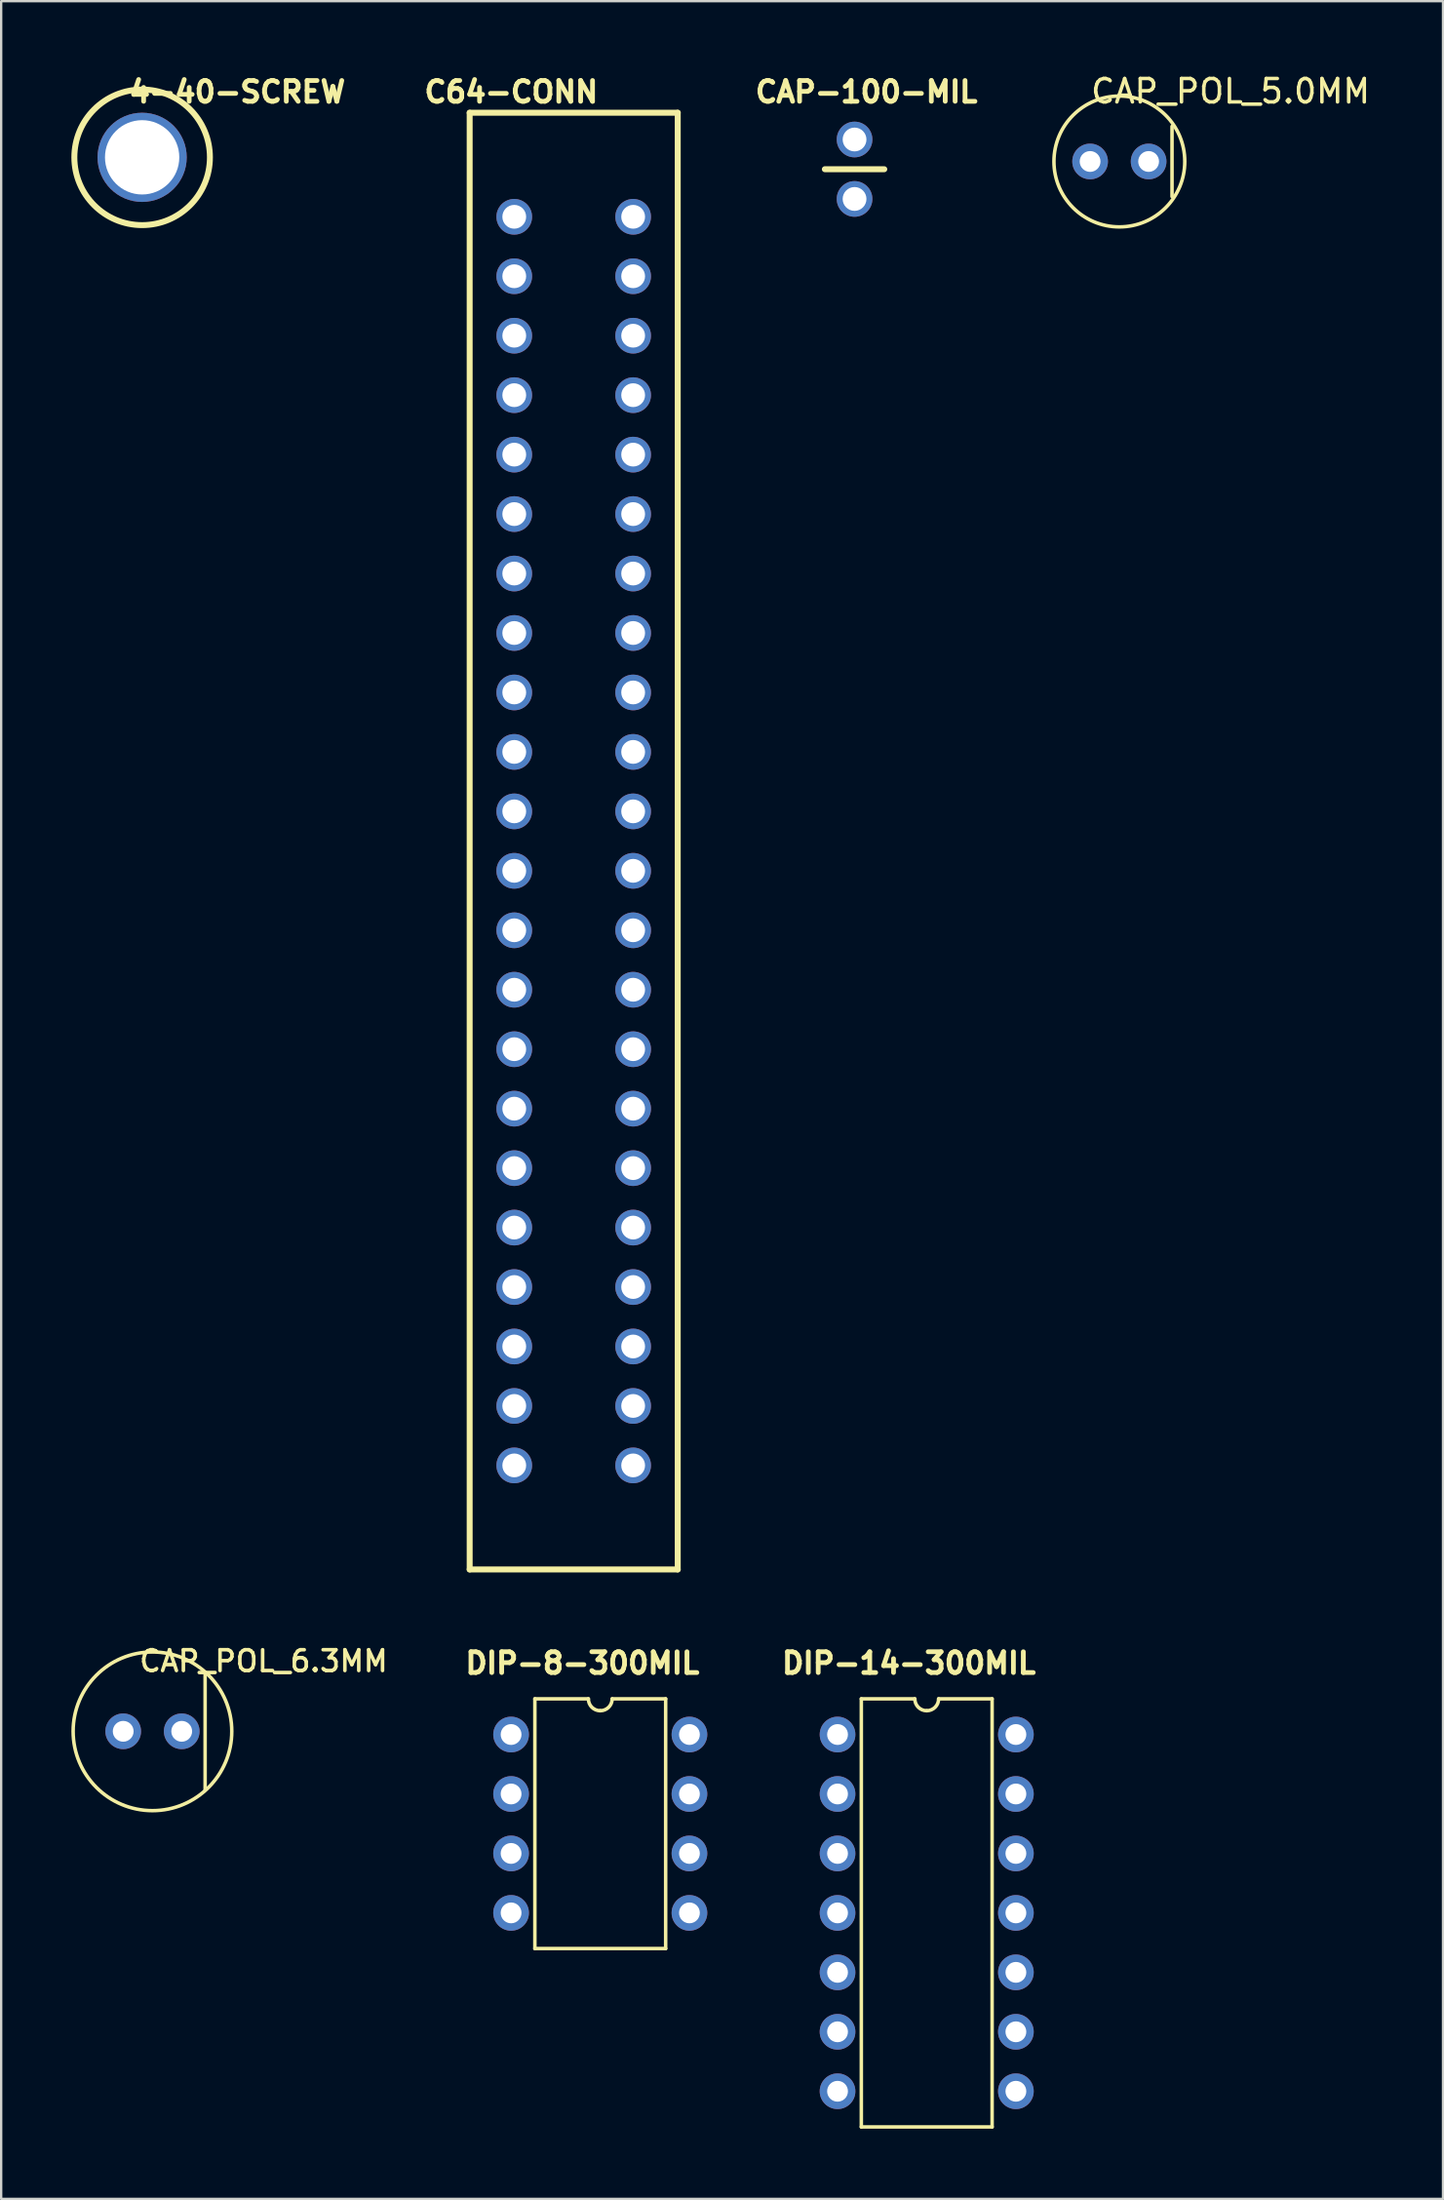
<source format=kicad_pcb>
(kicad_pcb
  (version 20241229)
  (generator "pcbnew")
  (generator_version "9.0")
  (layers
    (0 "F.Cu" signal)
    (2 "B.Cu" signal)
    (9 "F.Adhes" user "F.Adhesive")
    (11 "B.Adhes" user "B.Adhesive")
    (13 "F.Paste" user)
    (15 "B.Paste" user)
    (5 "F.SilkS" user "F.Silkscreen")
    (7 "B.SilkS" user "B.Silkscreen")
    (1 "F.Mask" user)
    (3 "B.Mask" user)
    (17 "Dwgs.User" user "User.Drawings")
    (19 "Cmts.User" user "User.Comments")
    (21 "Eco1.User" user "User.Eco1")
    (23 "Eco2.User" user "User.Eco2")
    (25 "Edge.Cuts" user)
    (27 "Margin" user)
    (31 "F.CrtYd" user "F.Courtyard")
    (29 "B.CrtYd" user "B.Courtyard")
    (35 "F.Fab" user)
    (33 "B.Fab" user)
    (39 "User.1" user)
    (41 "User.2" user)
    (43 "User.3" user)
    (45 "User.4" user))
  (footprint "DIP-14-300MIL"
    (layer "F.Cu")
    (at 32.735 71.047)
    (property "Reference" "DIP-14-300MIL" (at 3.048 -3.048 0) (layer "F.SilkS") (effects (font (size 0.889 0.889) (thickness 0.203))))
    (attr through_hole)
    (fp_line (start 1.016 -1.524) (end 1.016 16.764) (stroke (width 0.15) (type solid)) (layer "F.SilkS"))
    (fp_line (start 1.016 16.764) (end 6.604 16.764) (stroke (width 0.15) (type solid)) (layer "F.SilkS"))
    (fp_line (start 3.302 -1.524) (end 1.016 -1.524) (stroke (width 0.15) (type solid)) (layer "F.SilkS"))
    (fp_line (start 4.318 -1.524) (end 6.604 -1.524) (stroke (width 0.15) (type solid)) (layer "F.SilkS"))
    (fp_line (start 6.604 16.764) (end 6.604 -1.524) (stroke (width 0.15) (type solid)) (layer "F.SilkS"))
    (fp_arc (start 3.81 -1.016) (mid 3.45079 -1.16479) (end 3.302 -1.524) (stroke (width 0.15) (type solid)) (layer "F.SilkS"))
    (fp_arc (start 4.318 -1.524) (mid 4.16921 -1.16479) (end 3.81 -1.016) (stroke (width 0.15) (type solid)) (layer "F.SilkS"))
    (pad "1" thru_hole circle (at 0 0) (size 1.524 1.524) (drill 0.889) (layers "*.Cu" "*.Mask"))
    (pad "2" thru_hole circle (at 0 2.54) (size 1.524 1.524) (drill 0.889) (layers "*.Cu" "*.Mask"))
    (pad "3" thru_hole circle (at 0 5.08) (size 1.524 1.524) (drill 0.889) (layers "*.Cu" "*.Mask"))
    (pad "4" thru_hole circle (at 0 7.62) (size 1.524 1.524) (drill 0.889) (layers "*.Cu" "*.Mask"))
    (pad "5" thru_hole circle (at 0 10.16) (size 1.524 1.524) (drill 0.889) (layers "*.Cu" "*.Mask"))
    (pad "6" thru_hole circle (at 0 12.7) (size 1.524 1.524) (drill 0.889) (layers "*.Cu" "*.Mask"))
    (pad "7" thru_hole circle (at 0 15.24) (size 1.524 1.524) (drill 0.889) (layers "*.Cu" "*.Mask"))
    (pad "8" thru_hole circle (at 7.62 15.24) (size 1.524 1.524) (drill 0.889) (layers "*.Cu" "*.Mask"))
    (pad "9" thru_hole circle (at 7.62 12.7) (size 1.524 1.524) (drill 0.889) (layers "*.Cu" "*.Mask"))
    (pad "10" thru_hole circle (at 7.62 10.16) (size 1.524 1.524) (drill 0.889) (layers "*.Cu" "*.Mask"))
    (pad "11" thru_hole circle (at 7.62 7.62) (size 1.524 1.524) (drill 0.889) (layers "*.Cu" "*.Mask"))
    (pad "12" thru_hole circle (at 7.62 5.08) (size 1.524 1.524) (drill 0.889) (layers "*.Cu" "*.Mask"))
    (pad "13" thru_hole circle (at 7.62 2.54) (size 1.524 1.524) (drill 0.889) (layers "*.Cu" "*.Mask"))
    (pad "14" thru_hole circle (at 7.62 0) (size 1.524 1.524) (drill 0.889) (layers "*.Cu" "*.Mask")))
  (footprint "C64-CONN"
    (layer "F.Cu")
    (at 18.922 6.211)
    (property "Reference" "C64-CONN" (at -0.127 -5.334 0) (layer "F.SilkS") (effects (font (size 0.889 0.889) (thickness 0.203))))
    (attr through_hole)
    (fp_line (start -1.905 -4.445) (end -1.905 57.785) (stroke (width 0.254) (type solid)) (layer "F.SilkS"))
    (fp_line (start -1.905 -4.445) (end 6.985 -4.445) (stroke (width 0.254) (type solid)) (layer "F.SilkS"))
    (fp_line (start -1.905 57.785) (end 6.985 57.785) (stroke (width 0.254) (type solid)) (layer "F.SilkS"))
    (fp_line (start 6.985 57.785) (end 6.985 -4.445) (stroke (width 0.254) (type solid)) (layer "F.SilkS"))
    (pad "1" thru_hole circle (at 5.08 53.34 180) (size 1.524 1.524) (drill 1.016) (layers "*.Cu" "*.Mask"))
    (pad "2" thru_hole circle (at 5.08 50.8 180) (size 1.524 1.524) (drill 1.016) (layers "*.Cu" "*.Mask"))
    (pad "3" thru_hole circle (at 5.08 48.26 180) (size 1.524 1.524) (drill 1.016) (layers "*.Cu" "*.Mask"))
    (pad "4" thru_hole circle (at 5.08 45.72 180) (size 1.524 1.524) (drill 1.016) (layers "*.Cu" "*.Mask"))
    (pad "5" thru_hole circle (at 5.08 43.18 180) (size 1.524 1.524) (drill 1.016) (layers "*.Cu" "*.Mask"))
    (pad "6" thru_hole circle (at 5.08 40.64 180) (size 1.524 1.524) (drill 1.016) (layers "*.Cu" "*.Mask"))
    (pad "7" thru_hole circle (at 5.08 38.1 180) (size 1.524 1.524) (drill 1.016) (layers "*.Cu" "*.Mask"))
    (pad "8" thru_hole circle (at 5.08 35.56 180) (size 1.524 1.524) (drill 1.016) (layers "*.Cu" "*.Mask"))
    (pad "9" thru_hole circle (at 5.08 33.02 180) (size 1.524 1.524) (drill 1.016) (layers "*.Cu" "*.Mask"))
    (pad "10" thru_hole circle (at 5.08 30.48 180) (size 1.524 1.524) (drill 1.016) (layers "*.Cu" "*.Mask"))
    (pad "11" thru_hole circle (at 5.08 27.94 180) (size 1.524 1.524) (drill 1.016) (layers "*.Cu" "*.Mask"))
    (pad "12" thru_hole circle (at 5.08 25.4 180) (size 1.524 1.524) (drill 1.016) (layers "*.Cu" "*.Mask"))
    (pad "13" thru_hole circle (at 5.08 22.86 180) (size 1.524 1.524) (drill 1.016) (layers "*.Cu" "*.Mask"))
    (pad "14" thru_hole circle (at 5.08 20.32 180) (size 1.524 1.524) (drill 1.016) (layers "*.Cu" "*.Mask"))
    (pad "15" thru_hole circle (at 5.08 17.78 180) (size 1.524 1.524) (drill 1.016) (layers "*.Cu" "*.Mask"))
    (pad "16" thru_hole circle (at 5.08 15.24 180) (size 1.524 1.524) (drill 1.016) (layers "*.Cu" "*.Mask"))
    (pad "17" thru_hole circle (at 5.08 12.7 180) (size 1.524 1.524) (drill 1.016) (layers "*.Cu" "*.Mask"))
    (pad "18" thru_hole circle (at 5.08 10.16 180) (size 1.524 1.524) (drill 1.016) (layers "*.Cu" "*.Mask"))
    (pad "19" thru_hole circle (at 5.08 7.62 180) (size 1.524 1.524) (drill 1.016) (layers "*.Cu" "*.Mask"))
    (pad "20" thru_hole circle (at 5.08 5.08 180) (size 1.524 1.524) (drill 1.016) (layers "*.Cu" "*.Mask"))
    (pad "21" thru_hole circle (at 5.08 2.54 180) (size 1.524 1.524) (drill 1.016) (layers "*.Cu" "*.Mask"))
    (pad "22" thru_hole circle (at 5.08 0 180) (size 1.524 1.524) (drill 1.016) (layers "*.Cu" "*.Mask"))
    (pad "A" thru_hole circle (at 0 53.34 180) (size 1.524 1.524) (drill 1.016) (layers "*.Cu" "*.Mask"))
    (pad "B" thru_hole circle (at 0 50.8 180) (size 1.524 1.524) (drill 1.016) (layers "*.Cu" "*.Mask"))
    (pad "C" thru_hole circle (at 0 48.26 180) (size 1.524 1.524) (drill 1.016) (layers "*.Cu" "*.Mask"))
    (pad "D" thru_hole circle (at 0 45.72 180) (size 1.524 1.524) (drill 1.016) (layers "*.Cu" "*.Mask"))
    (pad "E" thru_hole circle (at 0 43.18 180) (size 1.524 1.524) (drill 1.016) (layers "*.Cu" "*.Mask"))
    (pad "F" thru_hole circle (at 0 40.64 180) (size 1.524 1.524) (drill 1.016) (layers "*.Cu" "*.Mask"))
    (pad "H" thru_hole circle (at 0 38.1 180) (size 1.524 1.524) (drill 1.016) (layers "*.Cu" "*.Mask"))
    (pad "J" thru_hole circle (at 0 35.56 180) (size 1.524 1.524) (drill 1.016) (layers "*.Cu" "*.Mask"))
    (pad "K" thru_hole circle (at 0 33.02 180) (size 1.524 1.524) (drill 1.016) (layers "*.Cu" "*.Mask"))
    (pad "L" thru_hole circle (at 0 30.48 180) (size 1.524 1.524) (drill 1.016) (layers "*.Cu" "*.Mask"))
    (pad "M" thru_hole circle (at 0 27.94 180) (size 1.524 1.524) (drill 1.016) (layers "*.Cu" "*.Mask"))
    (pad "N" thru_hole circle (at 0 25.4 180) (size 1.524 1.524) (drill 1.016) (layers "*.Cu" "*.Mask"))
    (pad "P" thru_hole circle (at 0 22.86 180) (size 1.524 1.524) (drill 1.016) (layers "*.Cu" "*.Mask"))
    (pad "R" thru_hole circle (at 0 20.32 180) (size 1.524 1.524) (drill 1.016) (layers "*.Cu" "*.Mask"))
    (pad "S" thru_hole circle (at 0 17.78 180) (size 1.524 1.524) (drill 1.016) (layers "*.Cu" "*.Mask"))
    (pad "T" thru_hole circle (at 0 15.24 180) (size 1.524 1.524) (drill 1.016) (layers "*.Cu" "*.Mask"))
    (pad "U" thru_hole circle (at 0 12.7 180) (size 1.524 1.524) (drill 1.016) (layers "*.Cu" "*.Mask"))
    (pad "V" thru_hole circle (at 0 10.16 180) (size 1.524 1.524) (drill 1.016) (layers "*.Cu" "*.Mask"))
    (pad "W" thru_hole circle (at 0 7.62 180) (size 1.524 1.524) (drill 1.016) (layers "*.Cu" "*.Mask"))
    (pad "X" thru_hole circle (at 0 5.08 180) (size 1.524 1.524) (drill 1.016) (layers "*.Cu" "*.Mask"))
    (pad "Y" thru_hole circle (at 0 2.54 180) (size 1.524 1.524) (drill 1.016) (layers "*.Cu" "*.Mask"))
    (pad "Z" thru_hole circle (at 0 0 180) (size 1.524 1.524) (drill 1.016) (layers "*.Cu" "*.Mask")))
  (footprint "CAP_POL_6.3MM"
    (layer "F.Cu")
    (at 2.214 70.91)
    (property "Reference" "CAP_POL_6.3MM" (at 6 -3 0) (layer "F.SilkS") (effects (font (size 0.889 0.889) (thickness 0.152))))
    (attr through_hole)
    (fp_line (start 3.5 -2.5) (end 3.5 2.5) (stroke (width 0.15) (type solid)) (layer "F.SilkS"))
    (fp_circle (center 1.25 0) (end 0 3.15) (stroke (width 0.15) (type solid)) (fill no) (layer "F.SilkS"))
    (pad "1" thru_hole circle (at 0 0) (size 1.524 1.524) (drill 0.889) (layers "*.Cu" "*.Mask"))
    (pad "2" thru_hole circle (at 2.5 0) (size 1.524 1.524) (drill 0.889) (layers "*.Cu" "*.Mask")))
  (footprint "4-40-SCREW"
    (layer "F.Cu")
    (at 3.023 3.671)
    (property "Reference" "4-40-SCREW" (at 4.064 -2.794 0) (layer "F.SilkS") (effects (font (size 0.889 0.889) (thickness 0.203))))
    (attr through_hole)
    (fp_circle (center 0 0) (end 2.794 0.762) (stroke (width 0.254) (type solid)) (fill no) (layer "F.SilkS"))
    (pad "1" thru_hole circle (at 0 0) (size 3.81 3.81) (drill 3.175) (layers "*.Cu" "*.Mask")))
  (footprint "DIP-8-300MIL"
    (layer "F.Cu")
    (at 18.787 71.047)
    (property "Reference" "DIP-8-300MIL" (at 3.048 -3.048 0) (layer "F.SilkS") (effects (font (size 0.889 0.889) (thickness 0.203))))
    (attr through_hole)
    (fp_line (start 1.016 -1.524) (end 1.016 9.144) (stroke (width 0.15) (type solid)) (layer "F.SilkS"))
    (fp_line (start 1.016 9.144) (end 6.604 9.144) (stroke (width 0.15) (type solid)) (layer "F.SilkS"))
    (fp_line (start 3.302 -1.524) (end 1.016 -1.524) (stroke (width 0.15) (type solid)) (layer "F.SilkS"))
    (fp_line (start 4.318 -1.524) (end 6.604 -1.524) (stroke (width 0.15) (type solid)) (layer "F.SilkS"))
    (fp_line (start 6.604 9.144) (end 6.604 -1.524) (stroke (width 0.15) (type solid)) (layer "F.SilkS"))
    (fp_arc (start 3.81 -1.016) (mid 3.45079 -1.16479) (end 3.302 -1.524) (stroke (width 0.15) (type solid)) (layer "F.SilkS"))
    (fp_arc (start 4.318 -1.524) (mid 4.16921 -1.16479) (end 3.81 -1.016) (stroke (width 0.15) (type solid)) (layer "F.SilkS"))
    (pad "1" thru_hole circle (at 0 0) (size 1.524 1.524) (drill 0.889) (layers "*.Cu" "*.Mask"))
    (pad "2" thru_hole circle (at 0 2.54) (size 1.524 1.524) (drill 0.889) (layers "*.Cu" "*.Mask"))
    (pad "3" thru_hole circle (at 0 5.08) (size 1.524 1.524) (drill 0.889) (layers "*.Cu" "*.Mask"))
    (pad "4" thru_hole circle (at 0 7.62) (size 1.524 1.524) (drill 0.889) (layers "*.Cu" "*.Mask"))
    (pad "5" thru_hole circle (at 7.62 7.62) (size 1.524 1.524) (drill 0.889) (layers "*.Cu" "*.Mask"))
    (pad "6" thru_hole circle (at 7.62 5.08) (size 1.524 1.524) (drill 0.889) (layers "*.Cu" "*.Mask"))
    (pad "7" thru_hole circle (at 7.62 2.54) (size 1.524 1.524) (drill 0.889) (layers "*.Cu" "*.Mask"))
    (pad "8" thru_hole circle (at 7.62 0) (size 1.524 1.524) (drill 0.889) (layers "*.Cu" "*.Mask")))
  (footprint "CAP_POL_5.0MM"
    (layer "F.Cu")
    (at 43.526 3.848)
    (property "Reference" "CAP_POL_5.0MM" (at 6 -3 0) (layer "F.SilkS") (effects (font (size 1 1) (thickness 0.15))))
    (attr through_hole)
    (fp_line (start 3.5 -1.5) (end 3.5 1.5) (stroke (width 0.15) (type solid)) (layer "F.SilkS"))
    (fp_circle (center 1.25 0) (end 0 2.5) (stroke (width 0.15) (type solid)) (fill no) (layer "F.SilkS"))
    (pad "1" thru_hole circle (at 0 0) (size 1.524 1.524) (drill 0.889) (layers "*.Cu" "*.Mask"))
    (pad "2" thru_hole circle (at 2.5 0) (size 1.524 1.524) (drill 0.889) (layers "*.Cu" "*.Mask")))
  (footprint "CAP-100-MIL"
    (layer "F.Cu")
    (at 33.462 2.909)
    (property "Reference" "CAP-100-MIL" (at 0.508 -2.032 0) (layer "F.SilkS") (effects (font (size 0.889 0.889) (thickness 0.203))))
    (attr through_hole)
    (fp_line (start 1.27 1.27) (end -1.27 1.27) (stroke (width 0.254) (type solid)) (layer "F.SilkS"))
    (pad "1" thru_hole circle (at 0 0) (size 1.524 1.524) (drill 1.016) (layers "*.Cu" "*.Mask"))
    (pad "2" thru_hole circle (at 0 2.54) (size 1.524 1.524) (drill 1.016) (layers "*.Cu" "*.Mask")))
  (gr_rect
    (start -3 -3)
    (end 58.604 90.886)
    (stroke (width 0.1) (type default))
    (fill no)
    (layer "Edge.Cuts")))
</source>
